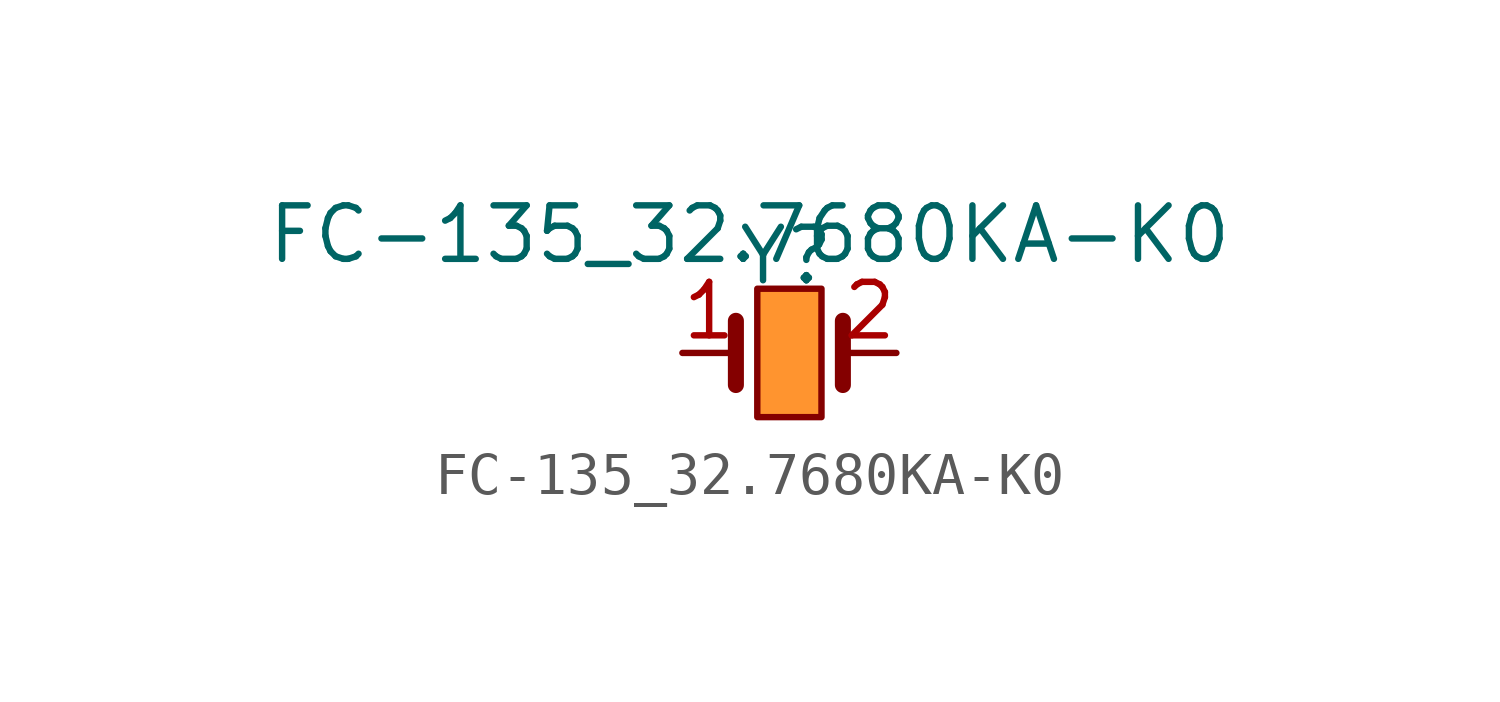
<source format=kicad_sym>
(kicad_symbol_lib
  (version 20241209)
  (generator "kicad_symbol_editor")
  (generator_version "9.0")
  (symbol "FC-135_32.7680KA-K0"
    (pin_names
      (hide yes))
    (property "Reference" "Y"
      (at 3.81 3.048 0)
      (effects (font (size 1.27 1.27)) (justify left top)))
    (property "Value" "FC-135_32.7680KA-K0"
      (at -7.366 3.556 0)
      (effects (font (size 1.27 1.27)) (justify left top)))
    (symbol "FC-135_32.7680KA-K0_0_1"
      (polyline (pts (xy 3.81 -0.762) (xy 3.81 0.762)) (stroke (width 0.381) (type default)) (fill (type none)))
      (polyline (pts (xy 6.35 -0.762) (xy 6.35 0.762)) (stroke (width 0.381) (type default)) (fill (type none))))
    (symbol "FC-135_32.7680KA-K0_1_1"
      (rectangle (start 4.318 1.524) (end 5.842 -1.524) (stroke (width 0) (type solid)) (fill (type color) (color 255 148 47 1)))
      (pin passive line (at 2.54 0 0) (length 1.27) (name "1" (effects (font (size 1.27 1.27)))) (number "1" (effects (font (size 1.27 1.27)))))
      (pin passive line (at 7.62 0 180) (length 1.27) (name "2" (effects (font (size 1.27 1.27)))) (number "2" (effects (font (size 1.27 1.27))))))))
</source>
